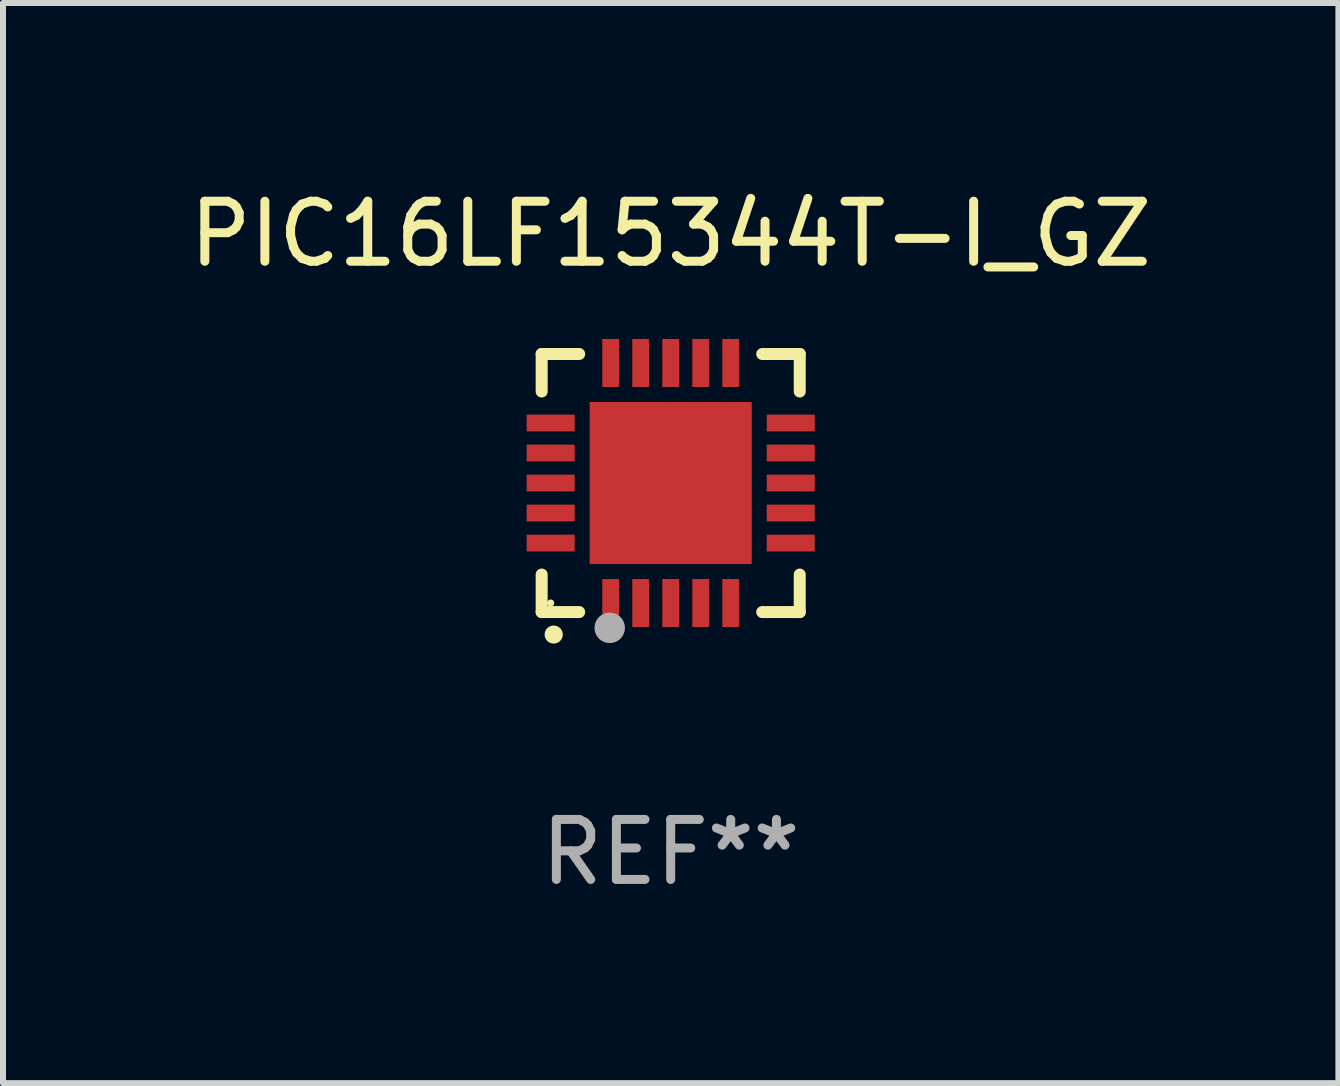
<source format=kicad_pcb>
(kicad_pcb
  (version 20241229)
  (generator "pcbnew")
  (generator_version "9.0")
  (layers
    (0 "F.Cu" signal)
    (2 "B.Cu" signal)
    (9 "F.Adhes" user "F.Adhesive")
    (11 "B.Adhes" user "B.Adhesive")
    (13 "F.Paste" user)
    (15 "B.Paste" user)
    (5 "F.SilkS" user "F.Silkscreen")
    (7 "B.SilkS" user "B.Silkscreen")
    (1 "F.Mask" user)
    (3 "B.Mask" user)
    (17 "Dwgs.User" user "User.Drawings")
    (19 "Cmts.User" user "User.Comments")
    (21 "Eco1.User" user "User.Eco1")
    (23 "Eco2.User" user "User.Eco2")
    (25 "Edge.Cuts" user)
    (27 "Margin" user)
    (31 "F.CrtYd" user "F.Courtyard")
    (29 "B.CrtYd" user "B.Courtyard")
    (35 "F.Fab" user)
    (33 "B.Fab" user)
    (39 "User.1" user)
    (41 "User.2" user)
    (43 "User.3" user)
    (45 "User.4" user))
  (footprint "PIC16LF15344T-I_GZ"
    (layer "F.Cu")
    (at 8.125 4.998)
    (property "Reference" "PIC16LF15344T-I_GZ" (at 0 -4.15 0) (layer "F.SilkS") (effects (font (size 1 1) (thickness 0.15))))
    (attr through_hole)
    (fp_line (start -2.15 -2.15) (end -2.15 -1.525) (stroke (width 0.2) (type solid)) (layer "F.SilkS"))
    (fp_line (start -2.15 2.15) (end -2.15 1.525) (stroke (width 0.2) (type solid)) (layer "F.SilkS"))
    (fp_line (start -1.525 -2.15) (end -2.15 -2.15) (stroke (width 0.2) (type solid)) (layer "F.SilkS"))
    (fp_line (start -1.525 2.15) (end -2.15 2.15) (stroke (width 0.2) (type solid)) (layer "F.SilkS"))
    (fp_line (start 1.525 2.15) (end 2.15 2.15) (stroke (width 0.2) (type solid)) (layer "F.SilkS"))
    (fp_line (start 2.15 -2.15) (end 1.525 -2.15) (stroke (width 0.2) (type solid)) (layer "F.SilkS"))
    (fp_line (start 2.15 -1.525) (end 2.15 -2.15) (stroke (width 0.2) (type solid)) (layer "F.SilkS"))
    (fp_line (start 2.15 2.15) (end 2.15 1.525) (stroke (width 0.2) (type solid)) (layer "F.SilkS"))
    (fp_arc (start -1.950724 2.524765) (mid -1.949454 2.52476) (end -1.948184 2.524765) (stroke (width 0.3) (type solid)) (layer "F.SilkS"))
    (fp_circle (center -2 2) (end -1.97 2) (stroke (width 0.06) (type solid)) (fill no) (layer "F.SilkS"))
    (fp_circle (center -1.016 2.413) (end -0.889 2.413) (stroke (width 0.254) (type solid)) (fill no) (layer "F.Fab"))
    (fp_text user "REF**" (at 0 6.15 0) (layer "F.Fab") (effects (font (size 1 1) (thickness 0.15))))
    (pad "1" smd rect (at -1 2 180) (size 0.28 0.8) (layers "F.Cu" "F.Mask" "F.Paste"))
    (pad "2" smd rect (at -0.5 2 180) (size 0.28 0.8) (layers "F.Cu" "F.Mask" "F.Paste"))
    (pad "3" smd rect (at 0 2 180) (size 0.28 0.8) (layers "F.Cu" "F.Mask" "F.Paste"))
    (pad "4" smd rect (at 0.5 2 180) (size 0.28 0.8) (layers "F.Cu" "F.Mask" "F.Paste"))
    (pad "5" smd rect (at 1 2 180) (size 0.28 0.8) (layers "F.Cu" "F.Mask" "F.Paste"))
    (pad "6" smd rect (at 2 1 90) (size 0.28 0.8) (layers "F.Cu" "F.Mask" "F.Paste"))
    (pad "7" smd rect (at 2 0.5 90) (size 0.28 0.8) (layers "F.Cu" "F.Mask" "F.Paste"))
    (pad "8" smd rect (at 2 0 90) (size 0.28 0.8) (layers "F.Cu" "F.Mask" "F.Paste"))
    (pad "9" smd rect (at 2 -0.5 90) (size 0.28 0.8) (layers "F.Cu" "F.Mask" "F.Paste"))
    (pad "10" smd rect (at 2 -1 90) (size 0.28 0.8) (layers "F.Cu" "F.Mask" "F.Paste"))
    (pad "11" smd rect (at 1 -2 180) (size 0.28 0.8) (layers "F.Cu" "F.Mask" "F.Paste"))
    (pad "12" smd rect (at 0.5 -2 180) (size 0.28 0.8) (layers "F.Cu" "F.Mask" "F.Paste"))
    (pad "13" smd rect (at 0 -2 180) (size 0.28 0.8) (layers "F.Cu" "F.Mask" "F.Paste"))
    (pad "14" smd rect (at -0.5 -2 180) (size 0.28 0.8) (layers "F.Cu" "F.Mask" "F.Paste"))
    (pad "15" smd rect (at -1 -2 180) (size 0.28 0.8) (layers "F.Cu" "F.Mask" "F.Paste"))
    (pad "16" smd rect (at -2 -1 90) (size 0.28 0.8) (layers "F.Cu" "F.Mask" "F.Paste"))
    (pad "17" smd rect (at -2 -0.5 90) (size 0.28 0.8) (layers "F.Cu" "F.Mask" "F.Paste"))
    (pad "18" smd rect (at -2 0 90) (size 0.28 0.8) (layers "F.Cu" "F.Mask" "F.Paste"))
    (pad "19" smd rect (at -2 0.5 90) (size 0.28 0.8) (layers "F.Cu" "F.Mask" "F.Paste"))
    (pad "20" smd rect (at -2 1 90) (size 0.28 0.8) (layers "F.Cu" "F.Mask" "F.Paste"))
    (pad "21" smd rect (at 0 0 90) (size 2.7 2.7) (layers "F.Cu" "F.Mask" "F.Paste")))
  (gr_rect
    (start -3 -3)
    (end 19.25 14.997)
    (stroke (width 0.1) (type default))
    (fill no)
    (layer "Edge.Cuts")))
</source>
